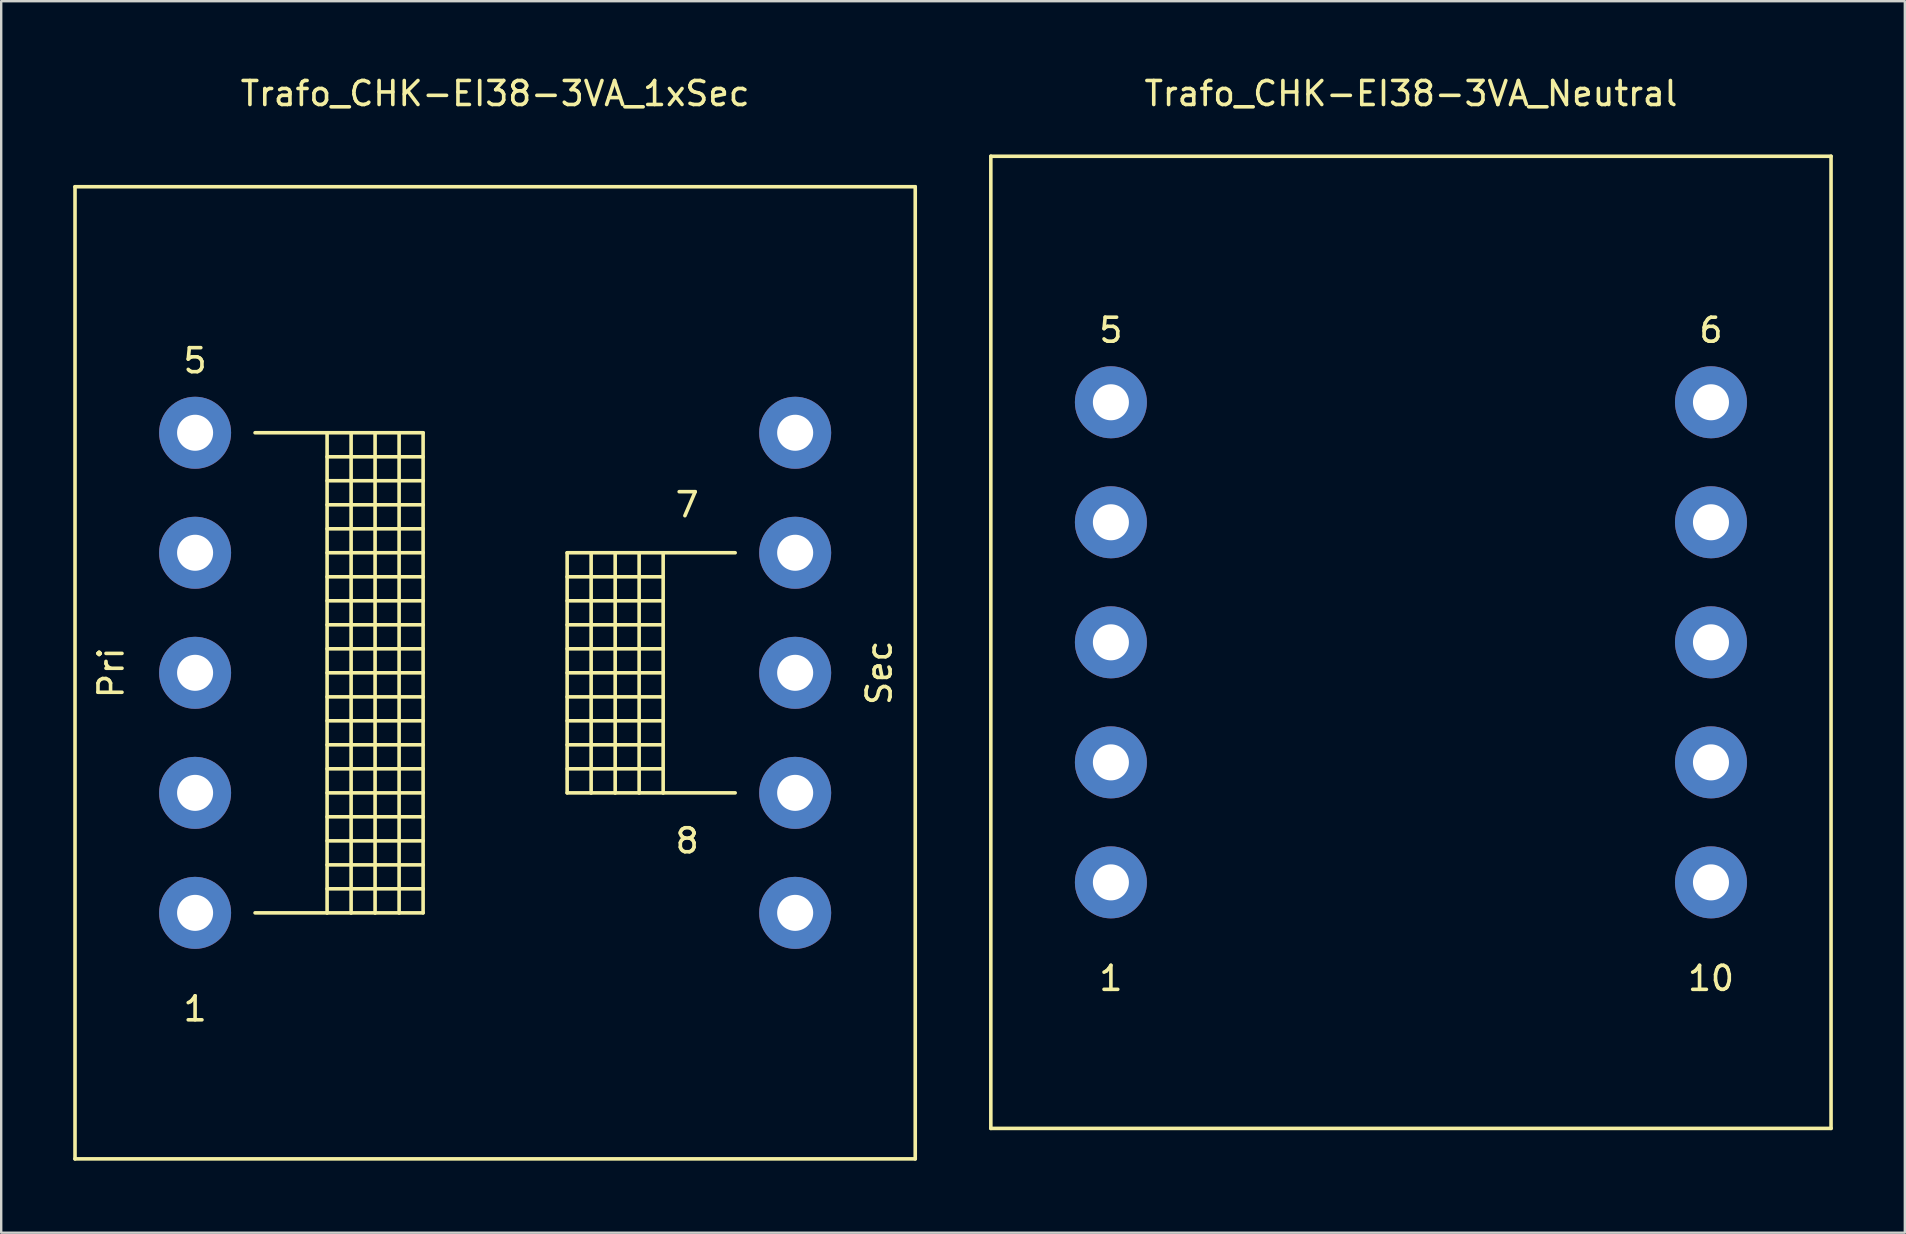
<source format=kicad_pcb>
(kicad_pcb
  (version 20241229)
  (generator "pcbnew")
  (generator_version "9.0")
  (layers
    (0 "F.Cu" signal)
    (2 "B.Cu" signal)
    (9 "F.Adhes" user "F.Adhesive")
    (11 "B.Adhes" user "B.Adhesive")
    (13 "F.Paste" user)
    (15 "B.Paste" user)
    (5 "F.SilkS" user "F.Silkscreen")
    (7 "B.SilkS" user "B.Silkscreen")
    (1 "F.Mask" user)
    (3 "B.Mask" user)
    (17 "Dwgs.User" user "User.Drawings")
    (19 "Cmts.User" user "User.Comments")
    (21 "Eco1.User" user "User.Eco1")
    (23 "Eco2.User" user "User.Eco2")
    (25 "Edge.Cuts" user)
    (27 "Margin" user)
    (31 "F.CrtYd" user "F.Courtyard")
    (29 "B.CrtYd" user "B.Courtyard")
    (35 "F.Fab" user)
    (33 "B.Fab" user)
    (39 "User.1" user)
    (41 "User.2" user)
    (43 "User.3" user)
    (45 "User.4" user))
  (footprint "Trafo_CHK-EI38-3VA_1xSec"
    (layer "F.Cu")
    (at 17.576 24.978)
    (property "Reference" "Trafo_CHK-EI38-3VA_1xSec" (at 0 -24.13 0) (layer "F.SilkS") (effects (font (size 1 1) (thickness 0.15))))
    (attr through_hole)
    (fp_line (start -17.501 -20.249) (end -17.501 20.249) (stroke (width 0.15) (type solid)) (layer "F.SilkS"))
    (fp_line (start -17.501 20.249) (end 17.501 20.249) (stroke (width 0.15) (type solid)) (layer "F.SilkS"))
    (fp_line (start -10 -10) (end -7 -10) (stroke (width 0.15) (type solid)) (layer "F.SilkS"))
    (fp_line (start -7 -10) (end -7 10) (stroke (width 0.15) (type solid)) (layer "F.SilkS"))
    (fp_line (start -7 -10) (end -5.999 -10) (stroke (width 0.15) (type solid)) (layer "F.SilkS"))
    (fp_line (start -7 -8.999) (end -3 -8.999) (stroke (width 0.15) (type solid)) (layer "F.SilkS"))
    (fp_line (start -7 -8.001) (end -3 -8.001) (stroke (width 0.15) (type solid)) (layer "F.SilkS"))
    (fp_line (start -7 -7) (end -3 -7) (stroke (width 0.15) (type solid)) (layer "F.SilkS"))
    (fp_line (start -7 -5.999) (end -3 -5.999) (stroke (width 0.15) (type solid)) (layer "F.SilkS"))
    (fp_line (start -7 -5.001) (end -3 -5.001) (stroke (width 0.15) (type solid)) (layer "F.SilkS"))
    (fp_line (start -7 -4) (end -3 -4) (stroke (width 0.15) (type solid)) (layer "F.SilkS"))
    (fp_line (start -7 -3) (end -3 -3) (stroke (width 0.15) (type solid)) (layer "F.SilkS"))
    (fp_line (start -7 -1.999) (end -3 -1.999) (stroke (width 0.15) (type solid)) (layer "F.SilkS"))
    (fp_line (start -7 -1.001) (end -3 -1.001) (stroke (width 0.15) (type solid)) (layer "F.SilkS"))
    (fp_line (start -7 0) (end -3 0) (stroke (width 0.15) (type solid)) (layer "F.SilkS"))
    (fp_line (start -7 1.001) (end -3 1.001) (stroke (width 0.15) (type solid)) (layer "F.SilkS"))
    (fp_line (start -7 1.999) (end -3 1.999) (stroke (width 0.15) (type solid)) (layer "F.SilkS"))
    (fp_line (start -7 3) (end -3 3) (stroke (width 0.15) (type solid)) (layer "F.SilkS"))
    (fp_line (start -7 4) (end -3 4) (stroke (width 0.15) (type solid)) (layer "F.SilkS"))
    (fp_line (start -7 5.001) (end -3 5.001) (stroke (width 0.15) (type solid)) (layer "F.SilkS"))
    (fp_line (start -7 5.999) (end -3 5.999) (stroke (width 0.15) (type solid)) (layer "F.SilkS"))
    (fp_line (start -7 7) (end -3 7) (stroke (width 0.15) (type solid)) (layer "F.SilkS"))
    (fp_line (start -7 8.001) (end -3 8.001) (stroke (width 0.15) (type solid)) (layer "F.SilkS"))
    (fp_line (start -7 8.999) (end -3 8.999) (stroke (width 0.15) (type solid)) (layer "F.SilkS"))
    (fp_line (start -7 10) (end -10 10) (stroke (width 0.15) (type solid)) (layer "F.SilkS"))
    (fp_line (start -5.999 -10) (end -5.999 10) (stroke (width 0.15) (type solid)) (layer "F.SilkS"))
    (fp_line (start -5.999 -10) (end -5.001 -10) (stroke (width 0.15) (type solid)) (layer "F.SilkS"))
    (fp_line (start -5.999 10) (end -7 10) (stroke (width 0.15) (type solid)) (layer "F.SilkS"))
    (fp_line (start -5.001 -10) (end -5.001 10) (stroke (width 0.15) (type solid)) (layer "F.SilkS"))
    (fp_line (start -5.001 -10) (end -4 -10) (stroke (width 0.15) (type solid)) (layer "F.SilkS"))
    (fp_line (start -5.001 10) (end -5.999 10) (stroke (width 0.15) (type solid)) (layer "F.SilkS"))
    (fp_line (start -4 -10) (end -4 10) (stroke (width 0.15) (type solid)) (layer "F.SilkS"))
    (fp_line (start -4 -10) (end -3 -10) (stroke (width 0.15) (type solid)) (layer "F.SilkS"))
    (fp_line (start -4 10) (end -5.001 10) (stroke (width 0.15) (type solid)) (layer "F.SilkS"))
    (fp_line (start -3 -10) (end -3 10) (stroke (width 0.15) (type solid)) (layer "F.SilkS"))
    (fp_line (start -3 10) (end -4 10) (stroke (width 0.15) (type solid)) (layer "F.SilkS"))
    (fp_line (start 3 -5.001) (end 3 5.001) (stroke (width 0.15) (type solid)) (layer "F.SilkS"))
    (fp_line (start 3 -4) (end 7 -4) (stroke (width 0.15) (type solid)) (layer "F.SilkS"))
    (fp_line (start 3 -1.999) (end 7 -1.999) (stroke (width 0.15) (type solid)) (layer "F.SilkS"))
    (fp_line (start 3 0) (end 7 0) (stroke (width 0.15) (type solid)) (layer "F.SilkS"))
    (fp_line (start 3 1.999) (end 7 1.999) (stroke (width 0.15) (type solid)) (layer "F.SilkS"))
    (fp_line (start 3 4) (end 7 4) (stroke (width 0.15) (type solid)) (layer "F.SilkS"))
    (fp_line (start 3 5.001) (end 4 5.001) (stroke (width 0.15) (type solid)) (layer "F.SilkS"))
    (fp_line (start 4 -5.001) (end 3 -5.001) (stroke (width 0.15) (type solid)) (layer "F.SilkS"))
    (fp_line (start 4 -5.001) (end 4 5.001) (stroke (width 0.15) (type solid)) (layer "F.SilkS"))
    (fp_line (start 4 5.001) (end 5.001 5.001) (stroke (width 0.15) (type solid)) (layer "F.SilkS"))
    (fp_line (start 5.001 -5.001) (end 4 -5.001) (stroke (width 0.15) (type solid)) (layer "F.SilkS"))
    (fp_line (start 5.001 -5.001) (end 5.001 5.001) (stroke (width 0.15) (type solid)) (layer "F.SilkS"))
    (fp_line (start 5.001 5.001) (end 5.999 5.001) (stroke (width 0.15) (type solid)) (layer "F.SilkS"))
    (fp_line (start 5.999 -5.001) (end 5.001 -5.001) (stroke (width 0.15) (type solid)) (layer "F.SilkS"))
    (fp_line (start 5.999 -5.001) (end 5.999 5.001) (stroke (width 0.15) (type solid)) (layer "F.SilkS"))
    (fp_line (start 5.999 5.001) (end 7 5.001) (stroke (width 0.15) (type solid)) (layer "F.SilkS"))
    (fp_line (start 7 -5.001) (end 5.999 -5.001) (stroke (width 0.15) (type solid)) (layer "F.SilkS"))
    (fp_line (start 7 -5.001) (end 7 5.001) (stroke (width 0.15) (type solid)) (layer "F.SilkS"))
    (fp_line (start 7 -3) (end 3 -3) (stroke (width 0.15) (type solid)) (layer "F.SilkS"))
    (fp_line (start 7 -1.001) (end 3 -1.001) (stroke (width 0.15) (type solid)) (layer "F.SilkS"))
    (fp_line (start 7 1.001) (end 3 1.001) (stroke (width 0.15) (type solid)) (layer "F.SilkS"))
    (fp_line (start 7 3) (end 3 3) (stroke (width 0.15) (type solid)) (layer "F.SilkS"))
    (fp_line (start 7 5.001) (end 10 5.001) (stroke (width 0.15) (type solid)) (layer "F.SilkS"))
    (fp_line (start 10 -5.001) (end 7 -5.001) (stroke (width 0.15) (type solid)) (layer "F.SilkS"))
    (fp_line (start 17.501 -20.249) (end -17.501 -20.249) (stroke (width 0.15) (type solid)) (layer "F.SilkS"))
    (fp_line (start 17.501 20.249) (end 17.501 -20.249) (stroke (width 0.15) (type solid)) (layer "F.SilkS"))
    (fp_text user "7" (at 8.001 -7 0) (layer "F.SilkS") (effects (font (size 1 1) (thickness 0.15))))
    (fp_text user "Sec" (at 15.999 0 90) (layer "F.SilkS") (effects (font (size 1 1) (thickness 0.15))))
    (fp_text user "Pri" (at -15.999 0 90) (layer "F.SilkS") (effects (font (size 1 1) (thickness 0.15))))
    (fp_text user "8" (at 8.001 7 0) (layer "F.SilkS") (effects (font (size 1 1) (thickness 0.15))))
    (fp_text user "1" (at -12.499 14 0) (layer "F.SilkS") (effects (font (size 1 1) (thickness 0.15))))
    (fp_text user "5" (at -12.499 -13 0) (layer "F.SilkS") (effects (font (size 1 1) (thickness 0.15))))
    (pad "1" thru_hole circle (at -12.499 10) (size 3 3) (drill 1.501) (layers "*.Cu" "*.Mask"))
    (pad "2" thru_hole circle (at -12.499 5.001) (size 3 3) (drill 1.501) (layers "*.Cu" "*.Mask"))
    (pad "3" thru_hole circle (at -12.499 0) (size 3 3) (drill 1.501) (layers "*.Cu" "*.Mask"))
    (pad "4" thru_hole circle (at -12.499 -5.001) (size 3 3) (drill 1.501) (layers "*.Cu" "*.Mask"))
    (pad "5" thru_hole circle (at -12.499 -10) (size 3 3) (drill 1.501) (layers "*.Cu" "*.Mask"))
    (pad "6" thru_hole circle (at 12.499 -10) (size 3 3) (drill 1.501) (layers "*.Cu" "*.Mask"))
    (pad "7" thru_hole circle (at 12.499 -5.001) (size 3 3) (drill 1.501) (layers "*.Cu" "*.Mask"))
    (pad "8" thru_hole circle (at 12.499 0) (size 3 3) (drill 1.501) (layers "*.Cu" "*.Mask"))
    (pad "9" thru_hole circle (at 12.499 5.001) (size 3 3) (drill 1.501) (layers "*.Cu" "*.Mask"))
    (pad "10" thru_hole circle (at 12.499 10) (size 3 3) (drill 1.501) (layers "*.Cu" "*.Mask")))
  (footprint "Trafo_CHK-EI38-3VA_Neutral"
    (layer "F.Cu")
    (at 55.727 23.708)
    (property "Reference" "Trafo_CHK-EI38-3VA_Neutral" (at 0 -22.86 0) (layer "F.SilkS") (effects (font (size 1 1) (thickness 0.15))))
    (attr through_hole)
    (fp_line (start -17.501 -20.249) (end -17.501 20.249) (stroke (width 0.15) (type solid)) (layer "F.SilkS"))
    (fp_line (start -17.501 20.249) (end 17.501 20.249) (stroke (width 0.15) (type solid)) (layer "F.SilkS"))
    (fp_line (start 17.501 -20.249) (end -17.501 -20.249) (stroke (width 0.15) (type solid)) (layer "F.SilkS"))
    (fp_line (start 17.501 20.249) (end 17.501 -20.249) (stroke (width 0.15) (type solid)) (layer "F.SilkS"))
    (fp_text user "1" (at -12.499 14 0) (layer "F.SilkS") (effects (font (size 1 1) (thickness 0.15))))
    (fp_text user "10" (at 12.499 14 0) (layer "F.SilkS") (effects (font (size 1 1) (thickness 0.15))))
    (fp_text user "6" (at 12.499 -13 0) (layer "F.SilkS") (effects (font (size 1 1) (thickness 0.15))))
    (fp_text user "5" (at -12.499 -13 0) (layer "F.SilkS") (effects (font (size 1 1) (thickness 0.15))))
    (pad "1" thru_hole circle (at -12.499 10) (size 3 3) (drill 1.501) (layers "*.Cu" "*.Mask"))
    (pad "2" thru_hole circle (at -12.499 5.001) (size 3 3) (drill 1.501) (layers "*.Cu" "*.Mask"))
    (pad "3" thru_hole circle (at -12.499 0) (size 3 3) (drill 1.501) (layers "*.Cu" "*.Mask"))
    (pad "4" thru_hole circle (at -12.499 -5.001) (size 3 3) (drill 1.501) (layers "*.Cu" "*.Mask"))
    (pad "5" thru_hole circle (at -12.499 -10) (size 3 3) (drill 1.501) (layers "*.Cu" "*.Mask"))
    (pad "6" thru_hole circle (at 12.499 -10) (size 3 3) (drill 1.501) (layers "*.Cu" "*.Mask"))
    (pad "7" thru_hole circle (at 12.499 -5.001) (size 3 3) (drill 1.501) (layers "*.Cu" "*.Mask"))
    (pad "8" thru_hole circle (at 12.499 0) (size 3 3) (drill 1.501) (layers "*.Cu" "*.Mask"))
    (pad "9" thru_hole circle (at 12.499 5.001) (size 3 3) (drill 1.501) (layers "*.Cu" "*.Mask"))
    (pad "10" thru_hole circle (at 12.499 10) (size 3 3) (drill 1.501) (layers "*.Cu" "*.Mask")))
  (gr_rect
    (start -3 -3)
    (end 76.302 48.302)
    (stroke (width 0.1) (type default))
    (fill no)
    (layer "Edge.Cuts")))
</source>
